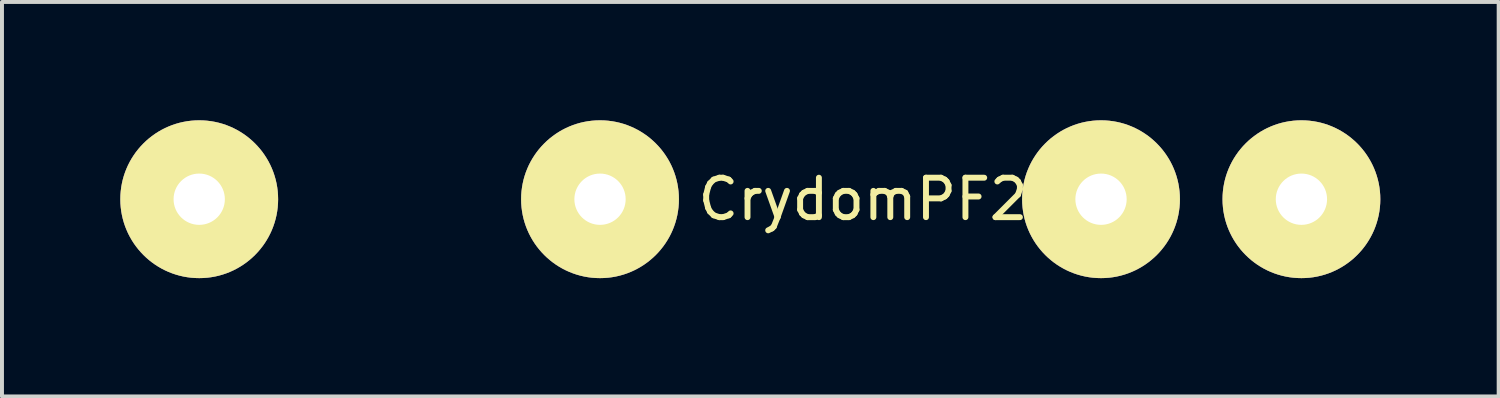
<source format=kicad_pcb>
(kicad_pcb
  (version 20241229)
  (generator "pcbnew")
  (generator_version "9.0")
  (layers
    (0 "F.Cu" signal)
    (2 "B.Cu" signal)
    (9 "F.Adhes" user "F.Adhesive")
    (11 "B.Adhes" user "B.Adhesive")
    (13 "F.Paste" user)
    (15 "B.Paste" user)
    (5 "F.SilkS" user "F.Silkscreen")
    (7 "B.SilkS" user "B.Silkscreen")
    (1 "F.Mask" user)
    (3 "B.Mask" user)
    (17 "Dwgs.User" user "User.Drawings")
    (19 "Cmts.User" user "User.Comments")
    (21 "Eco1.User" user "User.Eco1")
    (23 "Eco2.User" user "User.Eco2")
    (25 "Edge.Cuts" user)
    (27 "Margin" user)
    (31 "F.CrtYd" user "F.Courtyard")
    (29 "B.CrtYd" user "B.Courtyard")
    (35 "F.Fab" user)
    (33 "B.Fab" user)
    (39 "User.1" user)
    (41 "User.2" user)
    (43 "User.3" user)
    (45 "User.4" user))
  (footprint "CrydomPF240"
    (layer "F.Cu")
    (at 2 2)
    (property "Reference" "CrydomPF240" (at 17.78 0 0) (layer "F.SilkS") (effects (font (size 1 1) (thickness 0.15))))
    (attr through_hole)
    (pad "1" thru_hole circle (at 0 0) (size 4 4) (drill 1.3) (layers "*.Cu" "*.Mask" "F.SilkS"))
    (pad "2" thru_hole circle (at 10.16 0) (size 4 4) (drill 1.3) (layers "*.Cu" "*.Mask" "F.SilkS"))
    (pad "3" thru_hole circle (at 22.86 0) (size 4 4) (drill 1.3) (layers "*.Cu" "*.Mask" "F.SilkS"))
    (pad "4" thru_hole circle (at 27.94 0) (size 4 4) (drill 1.3) (layers "*.Cu" "*.Mask" "F.SilkS")))
  (gr_rect
    (start -3 -3)
    (end 34.94 7)
    (stroke (width 0.1) (type default))
    (fill no)
    (layer "Edge.Cuts")))
</source>
